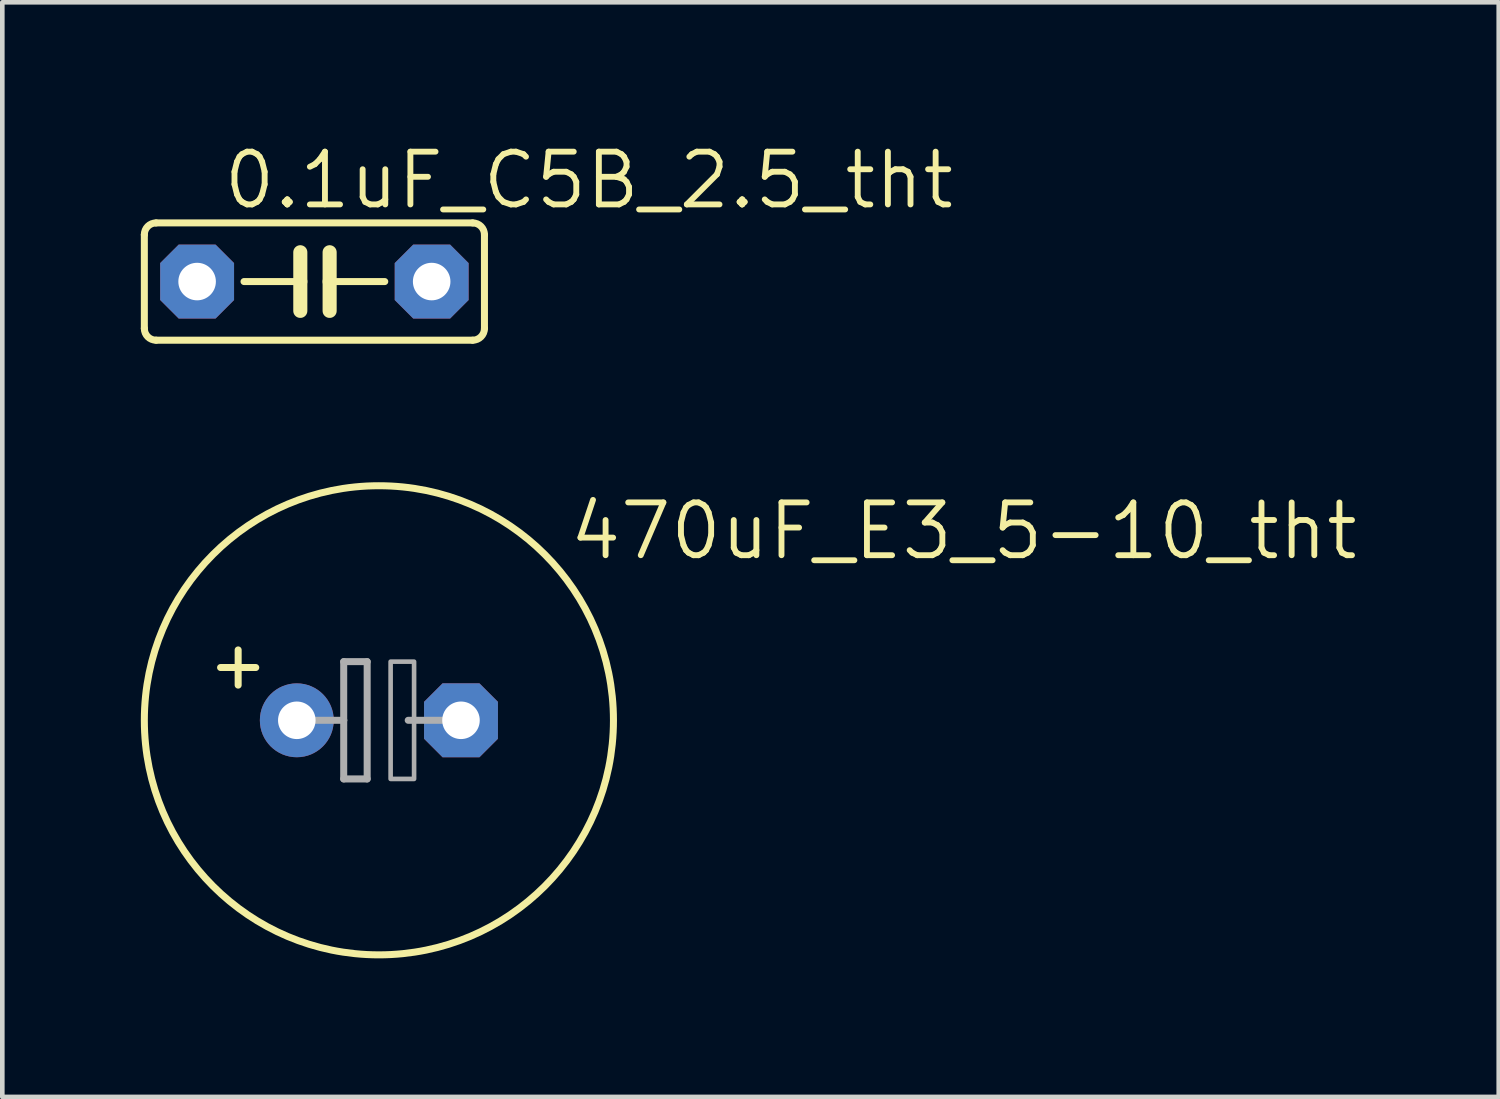
<source format=kicad_pcb>
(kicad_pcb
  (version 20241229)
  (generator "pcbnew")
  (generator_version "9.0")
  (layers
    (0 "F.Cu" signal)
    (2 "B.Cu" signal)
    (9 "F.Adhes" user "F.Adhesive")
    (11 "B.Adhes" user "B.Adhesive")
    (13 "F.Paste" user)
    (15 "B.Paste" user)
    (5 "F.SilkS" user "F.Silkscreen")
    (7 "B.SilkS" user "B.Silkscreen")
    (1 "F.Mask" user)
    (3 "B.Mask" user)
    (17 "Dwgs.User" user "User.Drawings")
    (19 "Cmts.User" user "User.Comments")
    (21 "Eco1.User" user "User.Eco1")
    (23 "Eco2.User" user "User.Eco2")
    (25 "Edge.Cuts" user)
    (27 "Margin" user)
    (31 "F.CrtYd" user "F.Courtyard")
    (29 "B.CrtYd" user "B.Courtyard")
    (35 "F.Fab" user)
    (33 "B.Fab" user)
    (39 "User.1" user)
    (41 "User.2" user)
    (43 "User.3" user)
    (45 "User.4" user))
  (footprint "0.1uF_C5B_2.5_tht"
    (layer "F.Cu")
    (at 3.759 3.048)
    (property "Reference" "0.1uF_C5B_2.5_tht" (at -2.032 -1.524 0) (layer "F.SilkS") (effects (font (size 1.143 1.143) (thickness 0.127)) (justify left bottom)))
    (fp_line (start -3.683 -1.016) (end -3.683 1.016) (stroke (width 0.152) (type solid)) (layer "F.SilkS"))
    (fp_line (start -3.429 1.27) (end 3.429 1.27) (stroke (width 0.152) (type solid)) (layer "F.SilkS"))
    (fp_line (start -0.305 -0.635) (end -0.305 0) (stroke (width 0.305) (type solid)) (layer "F.SilkS"))
    (fp_line (start -0.305 0) (end -1.524 0) (stroke (width 0.152) (type solid)) (layer "F.SilkS"))
    (fp_line (start -0.305 0) (end -0.305 0.635) (stroke (width 0.305) (type solid)) (layer "F.SilkS"))
    (fp_line (start 0.33 -0.635) (end 0.33 0) (stroke (width 0.305) (type solid)) (layer "F.SilkS"))
    (fp_line (start 0.33 0) (end 0.33 0.635) (stroke (width 0.305) (type solid)) (layer "F.SilkS"))
    (fp_line (start 0.33 0) (end 1.524 0) (stroke (width 0.152) (type solid)) (layer "F.SilkS"))
    (fp_line (start 3.429 -1.27) (end -3.429 -1.27) (stroke (width 0.152) (type solid)) (layer "F.SilkS"))
    (fp_line (start 3.683 1.016) (end 3.683 -1.016) (stroke (width 0.152) (type solid)) (layer "F.SilkS"))
    (fp_arc (start -3.683 -1.016) (mid -3.608605 -1.195605) (end -3.429 -1.27) (stroke (width 0.1524) (type solid)) (layer "F.SilkS"))
    (fp_arc (start -3.429 1.27) (mid -3.608605 1.195605) (end -3.683 1.016) (stroke (width 0.1524) (type solid)) (layer "F.SilkS"))
    (fp_arc (start 3.429 -1.27) (mid 3.608605 -1.195605) (end 3.683 -1.016) (stroke (width 0.1524) (type solid)) (layer "F.SilkS"))
    (fp_arc (start 3.683 1.016) (mid 3.608605 1.195605) (end 3.429 1.27) (stroke (width 0.1524) (type solid)) (layer "F.SilkS"))
    (pad "1" thru_hole roundrect (at -2.54 0) (size 1.6 1.6) (drill 0.813) (layers "*.Cu" "*.Mask") (roundrect_rratio 0.25) (chamfer_ratio 0.25) (chamfer top_left top_right bottom_left bottom_right))
    (pad "2" thru_hole roundrect (at 2.54 0) (size 1.6 1.6) (drill 0.813) (layers "*.Cu" "*.Mask") (roundrect_rratio 0.25) (chamfer_ratio 0.25) (chamfer top_left top_right bottom_left bottom_right)))
  (footprint "470uF_E3_5-10_tht"
    (layer "F.Cu")
    (at 5.156 12.55)
    (property "Reference" "470uF_E3_5-10_tht" (at 4.064 -3.429 0) (layer "F.SilkS") (effects (font (size 1.143 1.143) (thickness 0.127)) (justify left bottom)))
    (fp_line (start -3.429 -1.143) (end -2.667 -1.143) (stroke (width 0.152) (type solid)) (layer "F.SilkS"))
    (fp_line (start -3.048 -0.762) (end -3.048 -1.524) (stroke (width 0.152) (type solid)) (layer "F.SilkS"))
    (fp_circle (center 0 0) (end 5.08 0) (stroke (width 0.152) (type solid)) (fill no) (layer "F.SilkS"))
    (fp_line (start -1.651 0) (end -0.762 0) (stroke (width 0.152) (type solid)) (layer "F.Fab"))
    (fp_line (start -0.762 -1.27) (end -0.762 0) (stroke (width 0.152) (type solid)) (layer "F.Fab"))
    (fp_line (start -0.762 0) (end -0.762 1.27) (stroke (width 0.152) (type solid)) (layer "F.Fab"))
    (fp_line (start -0.762 1.27) (end -0.254 1.27) (stroke (width 0.152) (type solid)) (layer "F.Fab"))
    (fp_line (start -0.254 -1.27) (end -0.762 -1.27) (stroke (width 0.152) (type solid)) (layer "F.Fab"))
    (fp_line (start -0.254 1.27) (end -0.254 -1.27) (stroke (width 0.152) (type solid)) (layer "F.Fab"))
    (fp_line (start 0.635 0) (end 1.651 0) (stroke (width 0.152) (type solid)) (layer "F.Fab"))
    (fp_poly (pts (xy 0.254 1.27) (xy 0.762 1.27) (xy 0.762 -1.27) (xy 0.254 -1.27)) (stroke (width 0.1) (type solid)) (fill no) (layer "F.Fab"))
    (pad "+" thru_hole circle (at -1.778 0) (size 1.6 1.6) (drill 0.813) (layers "*.Cu" "*.Mask"))
    (pad "-" thru_hole roundrect (at 1.778 0) (size 1.6 1.6) (drill 0.813) (layers "*.Cu" "*.Mask") (roundrect_rratio 0.25) (chamfer_ratio 0.25) (chamfer top_left top_right bottom_left bottom_right)))
  (gr_rect
    (start -3 -3)
    (end 29.409 20.707)
    (stroke (width 0.1) (type default))
    (fill no)
    (layer "Edge.Cuts")))
</source>
